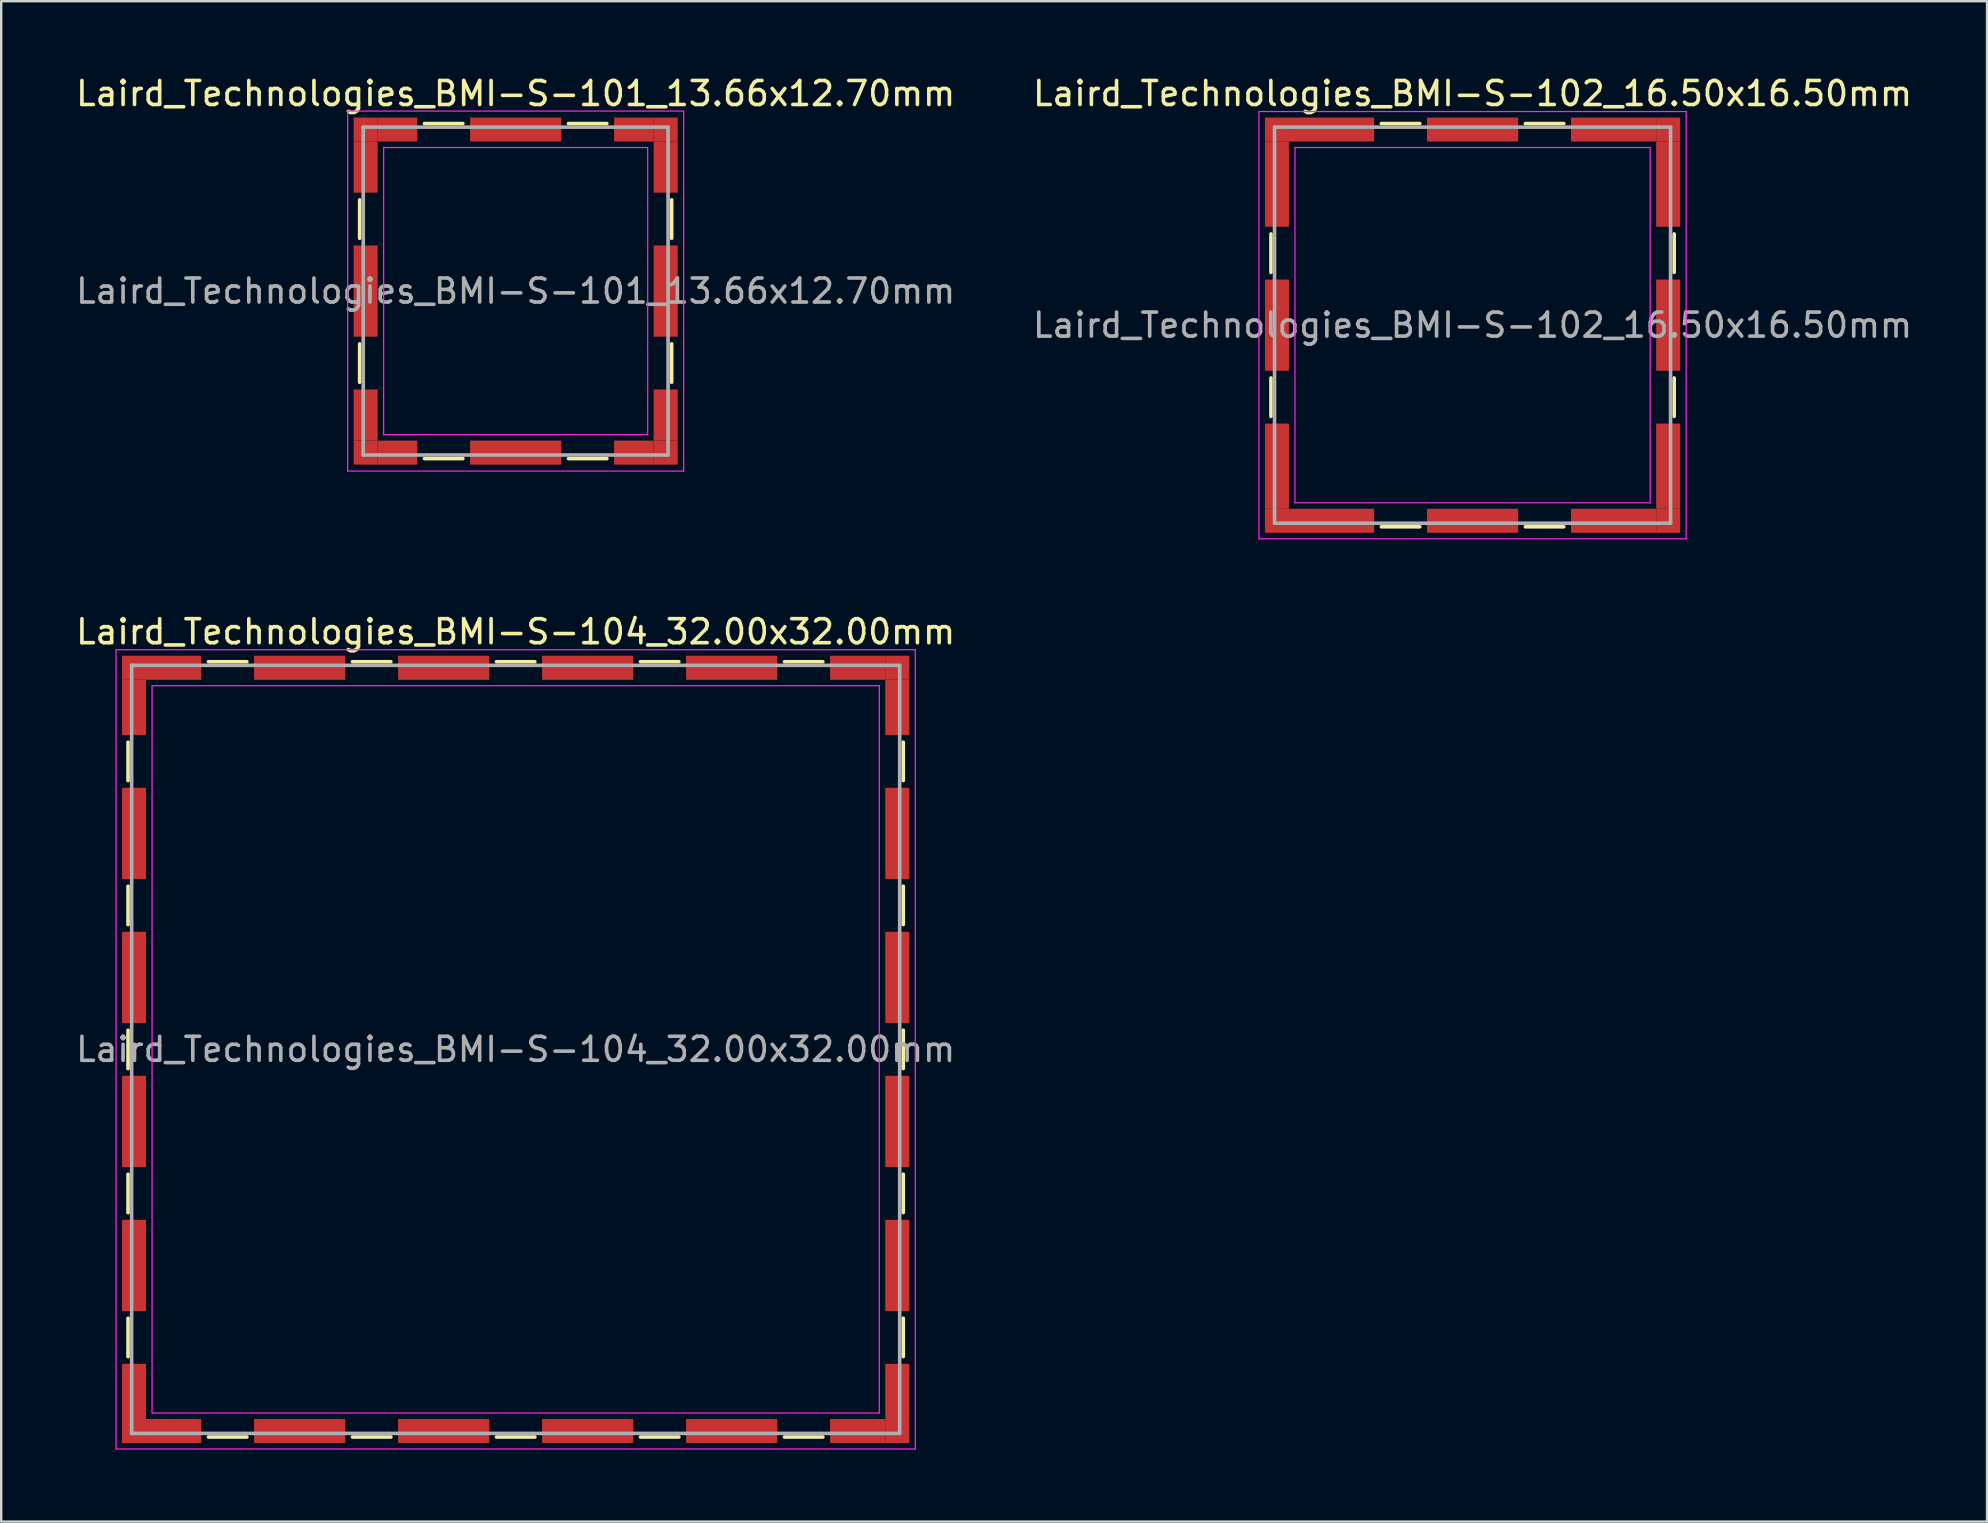
<source format=kicad_pcb>
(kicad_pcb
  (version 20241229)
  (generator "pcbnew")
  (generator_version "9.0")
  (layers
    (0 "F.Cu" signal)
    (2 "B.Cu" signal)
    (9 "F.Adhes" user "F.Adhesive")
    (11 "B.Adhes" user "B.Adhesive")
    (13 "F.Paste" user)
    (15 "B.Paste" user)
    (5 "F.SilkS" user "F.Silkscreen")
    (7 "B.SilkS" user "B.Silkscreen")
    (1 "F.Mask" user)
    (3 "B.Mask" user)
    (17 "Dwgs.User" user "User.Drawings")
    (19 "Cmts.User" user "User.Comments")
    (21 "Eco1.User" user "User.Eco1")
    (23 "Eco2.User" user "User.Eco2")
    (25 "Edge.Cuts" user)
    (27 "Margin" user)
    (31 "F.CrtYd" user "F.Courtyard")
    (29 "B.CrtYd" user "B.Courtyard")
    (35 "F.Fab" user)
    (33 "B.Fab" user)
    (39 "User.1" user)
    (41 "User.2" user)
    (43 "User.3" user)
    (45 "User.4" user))
  (footprint "Laird_Technologies_BMI-S-102_16.50x16.50mm"
    (layer "F.Cu")
    (at 58.304 10.498)
    (property "Reference" "Laird_Technologies_BMI-S-102_16.50x16.50mm" (at 0 -9.65 0) (layer "F.SilkS") (effects (font (size 1 1) (thickness 0.15))))
    (attr smd)
    (fp_line (start -8.4 -3.8) (end -8.4 -2.2) (stroke (width 0.15) (type solid)) (layer "F.SilkS"))
    (fp_line (start -8.4 2.2) (end -8.4 3.8) (stroke (width 0.15) (type solid)) (layer "F.SilkS"))
    (fp_line (start -3.8 -8.4) (end -2.2 -8.4) (stroke (width 0.15) (type solid)) (layer "F.SilkS"))
    (fp_line (start -3.8 8.4) (end -2.2 8.4) (stroke (width 0.15) (type solid)) (layer "F.SilkS"))
    (fp_line (start 2.2 -8.4) (end 3.8 -8.4) (stroke (width 0.15) (type solid)) (layer "F.SilkS"))
    (fp_line (start 2.2 8.4) (end 3.8 8.4) (stroke (width 0.15) (type solid)) (layer "F.SilkS"))
    (fp_line (start 8.4 -3.8) (end 8.4 -2.2) (stroke (width 0.15) (type solid)) (layer "F.SilkS"))
    (fp_line (start 8.4 2.2) (end 8.4 3.8) (stroke (width 0.15) (type solid)) (layer "F.SilkS"))
    (fp_line (start -8.9 -8.9) (end -8.9 8.9) (stroke (width 0.05) (type solid)) (layer "F.CrtYd"))
    (fp_line (start -8.9 8.9) (end 8.9 8.9) (stroke (width 0.05) (type solid)) (layer "F.CrtYd"))
    (fp_line (start -7.4 -7.4) (end -7.4 7.4) (stroke (width 0.05) (type solid)) (layer "F.CrtYd"))
    (fp_line (start 7.4 -7.4) (end -7.4 -7.4) (stroke (width 0.05) (type solid)) (layer "F.CrtYd"))
    (fp_line (start 7.4 -7.4) (end 7.4 7.4) (stroke (width 0.05) (type solid)) (layer "F.CrtYd"))
    (fp_line (start 7.4 7.4) (end -7.4 7.4) (stroke (width 0.05) (type solid)) (layer "F.CrtYd"))
    (fp_line (start 8.9 -8.9) (end -8.9 -8.9) (stroke (width 0.05) (type solid)) (layer "F.CrtYd"))
    (fp_line (start 8.9 8.9) (end 8.9 -8.9) (stroke (width 0.05) (type solid)) (layer "F.CrtYd"))
    (fp_line (start -8.25 -8.25) (end -8.25 8.25) (stroke (width 0.15) (type solid)) (layer "F.Fab"))
    (fp_line (start -8.25 8.25) (end 8.25 8.25) (stroke (width 0.15) (type solid)) (layer "F.Fab"))
    (fp_line (start 8.25 -8.25) (end -8.25 -8.25) (stroke (width 0.15) (type solid)) (layer "F.Fab"))
    (fp_line (start 8.25 8.25) (end 8.25 -8.25) (stroke (width 0.15) (type solid)) (layer "F.Fab"))
    (fp_text user "${REFERENCE}" (at 0 0 0) (layer "F.Fab") (effects (font (size 1 1) (thickness 0.15))))
    (pad "1" smd rect (at -8.15 -8.15) (size 1 1) (layers "F.Cu" "F.Mask"))
    (pad "1" smd rect (at -8.15 -5.875) (size 1 3.55) (layers "F.Cu" "F.Mask"))
    (pad "1" smd rect (at -8.15 0) (size 1 3.8) (layers "F.Cu" "F.Mask"))
    (pad "1" smd rect (at -8.15 5.875) (size 1 3.55) (layers "F.Cu" "F.Mask"))
    (pad "1" smd rect (at -8.15 8.15) (size 1 1) (layers "F.Cu" "F.Mask"))
    (pad "1" smd rect (at -5.875 -8.15) (size 3.55 1) (layers "F.Cu" "F.Mask"))
    (pad "1" smd rect (at -5.875 8.15) (size 3.55 1) (layers "F.Cu" "F.Mask"))
    (pad "1" smd rect (at 0 -8.15) (size 3.8 1) (layers "F.Cu" "F.Mask"))
    (pad "1" smd rect (at 0 8.15) (size 3.8 1) (layers "F.Cu" "F.Mask"))
    (pad "1" smd rect (at 5.875 -8.15) (size 3.55 1) (layers "F.Cu" "F.Mask"))
    (pad "1" smd rect (at 5.875 8.15) (size 3.55 1) (layers "F.Cu" "F.Mask"))
    (pad "1" smd rect (at 8.15 -8.15) (size 1 1) (layers "F.Cu" "F.Mask"))
    (pad "1" smd rect (at 8.15 -5.875) (size 1 3.55) (layers "F.Cu" "F.Mask"))
    (pad "1" smd rect (at 8.15 0) (size 1 3.8) (layers "F.Cu" "F.Mask"))
    (pad "1" smd rect (at 8.15 5.875) (size 1 3.55) (layers "F.Cu" "F.Mask"))
    (pad "1" smd rect (at 8.15 8.15) (size 1 1) (layers "F.Cu" "F.Mask")))
  (footprint "Laird_Technologies_BMI-S-101_13.66x12.70mm"
    (layer "F.Cu")
    (at 18.435 9.078)
    (property "Reference" "Laird_Technologies_BMI-S-101_13.66x12.70mm" (at 0 -8.23 0) (layer "F.SilkS") (effects (font (size 1 1) (thickness 0.15))))
    (attr smd)
    (fp_line (start -6.5 -3.8) (end -6.5 -2.2) (stroke (width 0.15) (type solid)) (layer "F.SilkS"))
    (fp_line (start -6.5 2.2) (end -6.5 3.8) (stroke (width 0.15) (type solid)) (layer "F.SilkS"))
    (fp_line (start -3.8 -6.98) (end -2.2 -6.98) (stroke (width 0.15) (type solid)) (layer "F.SilkS"))
    (fp_line (start -3.8 6.98) (end -2.2 6.98) (stroke (width 0.15) (type solid)) (layer "F.SilkS"))
    (fp_line (start 2.2 -6.98) (end 3.8 -6.98) (stroke (width 0.15) (type solid)) (layer "F.SilkS"))
    (fp_line (start 2.2 6.98) (end 3.8 6.98) (stroke (width 0.15) (type solid)) (layer "F.SilkS"))
    (fp_line (start 6.5 -3.8) (end 6.5 -2.2) (stroke (width 0.15) (type solid)) (layer "F.SilkS"))
    (fp_line (start 6.5 2.2) (end 6.5 3.8) (stroke (width 0.15) (type solid)) (layer "F.SilkS"))
    (fp_line (start -7 -7.5) (end -7 7.5) (stroke (width 0.05) (type solid)) (layer "F.CrtYd"))
    (fp_line (start -7 7.5) (end 7 7.5) (stroke (width 0.05) (type solid)) (layer "F.CrtYd"))
    (fp_line (start -5.5 -5.98) (end -5.5 5.98) (stroke (width 0.05) (type solid)) (layer "F.CrtYd"))
    (fp_line (start 5.5 -5.98) (end -5.5 -5.98) (stroke (width 0.05) (type solid)) (layer "F.CrtYd"))
    (fp_line (start 5.5 -5.98) (end 5.5 5.98) (stroke (width 0.05) (type solid)) (layer "F.CrtYd"))
    (fp_line (start 5.5 5.98) (end -5.5 5.98) (stroke (width 0.05) (type solid)) (layer "F.CrtYd"))
    (fp_line (start 7 -7.5) (end -7 -7.5) (stroke (width 0.05) (type solid)) (layer "F.CrtYd"))
    (fp_line (start 7 7.5) (end 7 -7.5) (stroke (width 0.05) (type solid)) (layer "F.CrtYd"))
    (fp_line (start -6.35 -6.83) (end -6.35 6.83) (stroke (width 0.15) (type solid)) (layer "F.Fab"))
    (fp_line (start -6.35 6.83) (end 6.35 6.83) (stroke (width 0.15) (type solid)) (layer "F.Fab"))
    (fp_line (start 6.35 -6.83) (end -6.35 -6.83) (stroke (width 0.15) (type solid)) (layer "F.Fab"))
    (fp_line (start 6.35 6.83) (end 6.35 -6.83) (stroke (width 0.15) (type solid)) (layer "F.Fab"))
    (fp_text user "${REFERENCE}" (at 0 0 0) (layer "F.Fab") (effects (font (size 1 1) (thickness 0.15))))
    (pad "1" smd rect (at -6.25 -6.73) (size 1 1) (layers "F.Cu" "F.Mask"))
    (pad "1" smd rect (at -6.25 -5.165) (size 1 2.13) (layers "F.Cu" "F.Mask"))
    (pad "1" smd rect (at -6.25 0) (size 1 3.8) (layers "F.Cu" "F.Mask"))
    (pad "1" smd rect (at -6.25 5.165) (size 1 2.13) (layers "F.Cu" "F.Mask"))
    (pad "1" smd rect (at -6.25 6.73) (size 1 1) (layers "F.Cu" "F.Mask"))
    (pad "1" smd rect (at -4.925 -6.73) (size 1.65 1) (layers "F.Cu" "F.Mask"))
    (pad "1" smd rect (at -4.925 6.73) (size 1.65 1) (layers "F.Cu" "F.Mask"))
    (pad "1" smd rect (at 0 -6.73) (size 3.8 1) (layers "F.Cu" "F.Mask"))
    (pad "1" smd rect (at 0 6.73) (size 3.8 1) (layers "F.Cu" "F.Mask"))
    (pad "1" smd rect (at 4.925 -6.73) (size 1.65 1) (layers "F.Cu" "F.Mask"))
    (pad "1" smd rect (at 4.925 6.73) (size 1.65 1) (layers "F.Cu" "F.Mask"))
    (pad "1" smd rect (at 6.25 -6.73) (size 1 1) (layers "F.Cu" "F.Mask"))
    (pad "1" smd rect (at 6.25 -5.165) (size 1 2.13) (layers "F.Cu" "F.Mask"))
    (pad "1" smd rect (at 6.25 0) (size 1 3.8) (layers "F.Cu" "F.Mask"))
    (pad "1" smd rect (at 6.25 5.165) (size 1 2.13) (layers "F.Cu" "F.Mask"))
    (pad "1" smd rect (at 6.25 6.73) (size 1 1) (layers "F.Cu" "F.Mask")))
  (footprint "Laird_Technologies_BMI-S-104_32.00x32.00mm"
    (layer "F.Cu")
    (at 18.435 40.672)
    (property "Reference" "Laird_Technologies_BMI-S-104_32.00x32.00mm" (at 0 -17.4 0) (layer "F.SilkS") (effects (font (size 1 1) (thickness 0.15))))
    (attr smd)
    (fp_line (start -16.15 -12.8) (end -16.15 -11.2) (stroke (width 0.15) (type solid)) (layer "F.SilkS"))
    (fp_line (start -16.15 -6.8) (end -16.15 -5.2) (stroke (width 0.15) (type solid)) (layer "F.SilkS"))
    (fp_line (start -16.15 -0.8) (end -16.15 0.8) (stroke (width 0.15) (type solid)) (layer "F.SilkS"))
    (fp_line (start -16.15 5.2) (end -16.15 6.8) (stroke (width 0.15) (type solid)) (layer "F.SilkS"))
    (fp_line (start -16.15 11.2) (end -16.15 12.8) (stroke (width 0.15) (type solid)) (layer "F.SilkS"))
    (fp_line (start -12.8 -16.15) (end -11.2 -16.15) (stroke (width 0.15) (type solid)) (layer "F.SilkS"))
    (fp_line (start -12.8 16.15) (end -11.2 16.15) (stroke (width 0.15) (type solid)) (layer "F.SilkS"))
    (fp_line (start -6.8 -16.15) (end -5.2 -16.15) (stroke (width 0.15) (type solid)) (layer "F.SilkS"))
    (fp_line (start -6.8 16.15) (end -5.2 16.15) (stroke (width 0.15) (type solid)) (layer "F.SilkS"))
    (fp_line (start -0.8 -16.15) (end 0.8 -16.15) (stroke (width 0.15) (type solid)) (layer "F.SilkS"))
    (fp_line (start -0.8 16.15) (end 0.8 16.15) (stroke (width 0.15) (type solid)) (layer "F.SilkS"))
    (fp_line (start 5.2 -16.15) (end 6.8 -16.15) (stroke (width 0.15) (type solid)) (layer "F.SilkS"))
    (fp_line (start 5.2 16.15) (end 6.8 16.15) (stroke (width 0.15) (type solid)) (layer "F.SilkS"))
    (fp_line (start 11.2 -16.15) (end 12.8 -16.15) (stroke (width 0.15) (type solid)) (layer "F.SilkS"))
    (fp_line (start 11.2 16.15) (end 12.8 16.15) (stroke (width 0.15) (type solid)) (layer "F.SilkS"))
    (fp_line (start 16.15 -12.8) (end 16.15 -11.2) (stroke (width 0.15) (type solid)) (layer "F.SilkS"))
    (fp_line (start 16.15 -6.8) (end 16.15 -5.2) (stroke (width 0.15) (type solid)) (layer "F.SilkS"))
    (fp_line (start 16.15 -0.8) (end 16.15 0.8) (stroke (width 0.15) (type solid)) (layer "F.SilkS"))
    (fp_line (start 16.15 5.2) (end 16.15 6.8) (stroke (width 0.15) (type solid)) (layer "F.SilkS"))
    (fp_line (start 16.15 11.2) (end 16.15 12.8) (stroke (width 0.15) (type solid)) (layer "F.SilkS"))
    (fp_line (start -16.65 -16.65) (end -16.65 16.65) (stroke (width 0.05) (type solid)) (layer "F.CrtYd"))
    (fp_line (start -16.65 16.65) (end 16.65 16.65) (stroke (width 0.05) (type solid)) (layer "F.CrtYd"))
    (fp_line (start -15.15 -15.15) (end -15.15 15.15) (stroke (width 0.05) (type solid)) (layer "F.CrtYd"))
    (fp_line (start 15.15 -15.15) (end -15.15 -15.15) (stroke (width 0.05) (type solid)) (layer "F.CrtYd"))
    (fp_line (start 15.15 -15.15) (end 15.15 15.15) (stroke (width 0.05) (type solid)) (layer "F.CrtYd"))
    (fp_line (start 15.15 15.15) (end -15.15 15.15) (stroke (width 0.05) (type solid)) (layer "F.CrtYd"))
    (fp_line (start 16.65 -16.65) (end -16.65 -16.65) (stroke (width 0.05) (type solid)) (layer "F.CrtYd"))
    (fp_line (start 16.65 16.65) (end 16.65 -16.65) (stroke (width 0.05) (type solid)) (layer "F.CrtYd"))
    (fp_line (start -16 -16) (end -16 16) (stroke (width 0.15) (type solid)) (layer "F.Fab"))
    (fp_line (start -16 16) (end 16 16) (stroke (width 0.15) (type solid)) (layer "F.Fab"))
    (fp_line (start 16 -16) (end -16 -16) (stroke (width 0.15) (type solid)) (layer "F.Fab"))
    (fp_line (start 16 16) (end 16 -16) (stroke (width 0.15) (type solid)) (layer "F.Fab"))
    (fp_text user "${REFERENCE}" (at 0 0 0) (layer "F.Fab") (effects (font (size 1 1) (thickness 0.15))))
    (pad "1" smd rect (at -15.9 -15.9) (size 1 1) (layers "F.Cu" "F.Mask"))
    (pad "1" smd rect (at -15.9 -14.25) (size 1 2.3) (layers "F.Cu" "F.Mask"))
    (pad "1" smd rect (at -15.9 -9) (size 1 3.8) (layers "F.Cu" "F.Mask"))
    (pad "1" smd rect (at -15.9 -3) (size 1 3.8) (layers "F.Cu" "F.Mask"))
    (pad "1" smd rect (at -15.9 3) (size 1 3.8) (layers "F.Cu" "F.Mask"))
    (pad "1" smd rect (at -15.9 9) (size 1 3.8) (layers "F.Cu" "F.Mask"))
    (pad "1" smd rect (at -15.9 14.25) (size 1 2.3) (layers "F.Cu" "F.Mask"))
    (pad "1" smd rect (at -15.9 15.9) (size 1 1) (layers "F.Cu" "F.Mask"))
    (pad "1" smd rect (at -14.25 -15.9) (size 2.3 1) (layers "F.Cu" "F.Mask"))
    (pad "1" smd rect (at -14.25 15.9) (size 2.3 1) (layers "F.Cu" "F.Mask"))
    (pad "1" smd rect (at -9 -15.9) (size 3.8 1) (layers "F.Cu" "F.Mask"))
    (pad "1" smd rect (at -9 15.9) (size 3.8 1) (layers "F.Cu" "F.Mask"))
    (pad "1" smd rect (at -3 -15.9) (size 3.8 1) (layers "F.Cu" "F.Mask"))
    (pad "1" smd rect (at -3 15.9) (size 3.8 1) (layers "F.Cu" "F.Mask"))
    (pad "1" smd rect (at 3 -15.9) (size 3.8 1) (layers "F.Cu" "F.Mask"))
    (pad "1" smd rect (at 3 15.9) (size 3.8 1) (layers "F.Cu" "F.Mask"))
    (pad "1" smd rect (at 9 -15.9) (size 3.8 1) (layers "F.Cu" "F.Mask"))
    (pad "1" smd rect (at 9 15.9) (size 3.8 1) (layers "F.Cu" "F.Mask"))
    (pad "1" smd rect (at 14.25 -15.9) (size 2.3 1) (layers "F.Cu" "F.Mask"))
    (pad "1" smd rect (at 14.25 15.9) (size 2.3 1) (layers "F.Cu" "F.Mask"))
    (pad "1" smd rect (at 15.9 -15.9) (size 1 1) (layers "F.Cu" "F.Mask"))
    (pad "1" smd rect (at 15.9 -14.25) (size 1 2.3) (layers "F.Cu" "F.Mask"))
    (pad "1" smd rect (at 15.9 -9) (size 1 3.8) (layers "F.Cu" "F.Mask"))
    (pad "1" smd rect (at 15.9 -3) (size 1 3.8) (layers "F.Cu" "F.Mask"))
    (pad "1" smd rect (at 15.9 3) (size 1 3.8) (layers "F.Cu" "F.Mask"))
    (pad "1" smd rect (at 15.9 9) (size 1 3.8) (layers "F.Cu" "F.Mask"))
    (pad "1" smd rect (at 15.9 14.25) (size 1 2.3) (layers "F.Cu" "F.Mask"))
    (pad "1" smd rect (at 15.9 15.9) (size 1 1) (layers "F.Cu" "F.Mask")))
  (gr_rect
    (start -3 -3)
    (end 79.738 60.346)
    (stroke (width 0.1) (type default))
    (fill no)
    (layer "Edge.Cuts")))
</source>
